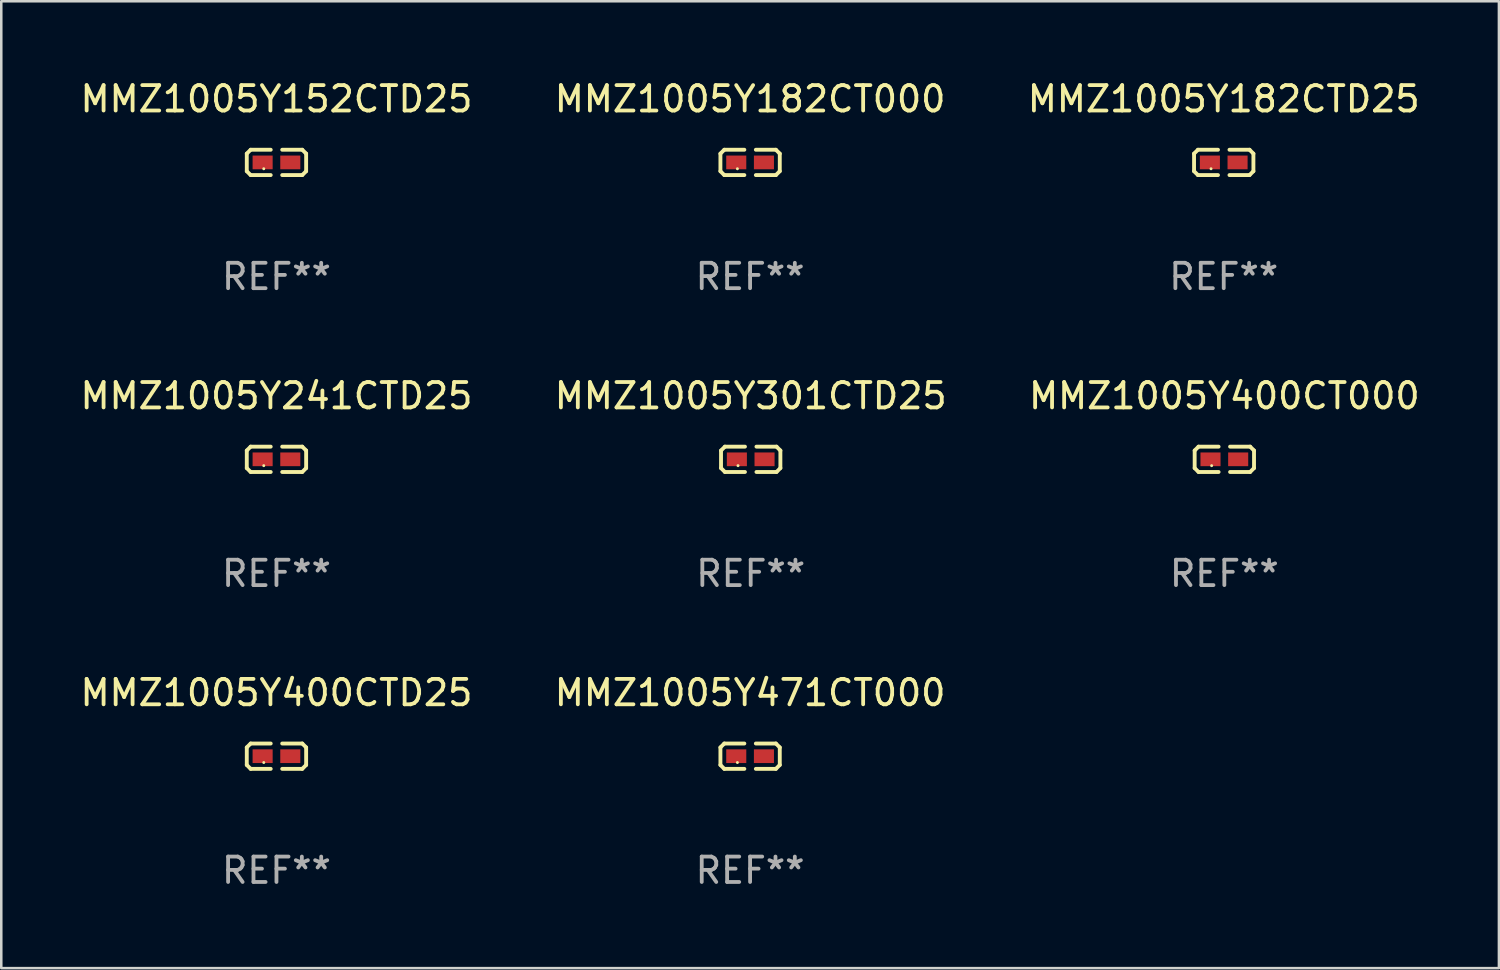
<source format=kicad_pcb>
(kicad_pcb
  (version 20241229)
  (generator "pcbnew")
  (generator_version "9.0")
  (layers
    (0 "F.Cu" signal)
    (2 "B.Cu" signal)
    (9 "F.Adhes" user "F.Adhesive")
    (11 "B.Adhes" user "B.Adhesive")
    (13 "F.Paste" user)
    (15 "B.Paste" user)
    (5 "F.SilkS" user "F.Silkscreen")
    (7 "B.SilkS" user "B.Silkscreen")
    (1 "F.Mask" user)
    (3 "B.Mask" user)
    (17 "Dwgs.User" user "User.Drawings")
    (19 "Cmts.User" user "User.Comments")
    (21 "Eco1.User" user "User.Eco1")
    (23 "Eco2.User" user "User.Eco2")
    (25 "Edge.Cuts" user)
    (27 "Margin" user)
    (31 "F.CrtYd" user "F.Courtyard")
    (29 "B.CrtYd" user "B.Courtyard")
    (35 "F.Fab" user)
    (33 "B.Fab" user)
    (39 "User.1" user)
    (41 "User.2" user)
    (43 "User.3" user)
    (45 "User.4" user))
  (footprint "MMZ1005Y301CTD25"
    (layer "F.Cu")
    (at 26.518 15.041)
    (property "Reference" "MMZ1005Y301CTD25" (at 0 -2.499 0) (layer "F.SilkS") (effects (font (size 1 1) (thickness 0.15))))
    (attr through_hole)
    (fp_line (start -1.169 -0.346) (end -1.016 -0.499) (stroke (width 0.152) (type solid)) (layer "F.SilkS"))
    (fp_line (start -1.169 0.346) (end -1.169 -0.346) (stroke (width 0.152) (type solid)) (layer "F.SilkS"))
    (fp_line (start -1.016 -0.499) (end -0.226 -0.499) (stroke (width 0.152) (type solid)) (layer "F.SilkS"))
    (fp_line (start -1.016 0.499) (end -1.169 0.346) (stroke (width 0.152) (type solid)) (layer "F.SilkS"))
    (fp_line (start -0.226 0.499) (end -1.016 0.499) (stroke (width 0.152) (type solid)) (layer "F.SilkS"))
    (fp_line (start 0.226 0.499) (end 1.016 0.499) (stroke (width 0.152) (type solid)) (layer "F.SilkS"))
    (fp_line (start 1.016 -0.499) (end 0.226 -0.499) (stroke (width 0.152) (type solid)) (layer "F.SilkS"))
    (fp_line (start 1.016 0.499) (end 1.169 0.346) (stroke (width 0.152) (type solid)) (layer "F.SilkS"))
    (fp_line (start 1.169 -0.346) (end 1.016 -0.499) (stroke (width 0.152) (type solid)) (layer "F.SilkS"))
    (fp_line (start 1.169 0.346) (end 1.169 -0.346) (stroke (width 0.152) (type solid)) (layer "F.SilkS"))
    (fp_circle (center -0.5 0.25) (end -0.47 0.25) (stroke (width 0.06) (type solid)) (fill no) (layer "F.SilkS"))
    (fp_text user "REF**" (at 0 4.499 0) (layer "F.Fab") (effects (font (size 1 1) (thickness 0.15))))
    (pad "1" smd rect (at -0.545 0) (size 0.79 0.54) (layers "F.Cu" "F.Mask" "F.Paste"))
    (pad "2" smd rect (at 0.545 0) (size 0.79 0.54) (layers "F.Cu" "F.Mask" "F.Paste")))
  (footprint "MMZ1005Y182CTD25"
    (layer "F.Cu")
    (at 45.149 3.347)
    (property "Reference" "MMZ1005Y182CTD25" (at 0 -2.499 0) (layer "F.SilkS") (effects (font (size 1 1) (thickness 0.15))))
    (attr through_hole)
    (fp_line (start -1.169 -0.346) (end -1.016 -0.499) (stroke (width 0.152) (type solid)) (layer "F.SilkS"))
    (fp_line (start -1.169 0.346) (end -1.169 -0.346) (stroke (width 0.152) (type solid)) (layer "F.SilkS"))
    (fp_line (start -1.016 -0.499) (end -0.226 -0.499) (stroke (width 0.152) (type solid)) (layer "F.SilkS"))
    (fp_line (start -1.016 0.499) (end -1.169 0.346) (stroke (width 0.152) (type solid)) (layer "F.SilkS"))
    (fp_line (start -0.226 0.499) (end -1.016 0.499) (stroke (width 0.152) (type solid)) (layer "F.SilkS"))
    (fp_line (start 0.226 0.499) (end 1.016 0.499) (stroke (width 0.152) (type solid)) (layer "F.SilkS"))
    (fp_line (start 1.016 -0.499) (end 0.226 -0.499) (stroke (width 0.152) (type solid)) (layer "F.SilkS"))
    (fp_line (start 1.016 0.499) (end 1.169 0.346) (stroke (width 0.152) (type solid)) (layer "F.SilkS"))
    (fp_line (start 1.169 -0.346) (end 1.016 -0.499) (stroke (width 0.152) (type solid)) (layer "F.SilkS"))
    (fp_line (start 1.169 0.346) (end 1.169 -0.346) (stroke (width 0.152) (type solid)) (layer "F.SilkS"))
    (fp_circle (center -0.5 0.25) (end -0.47 0.25) (stroke (width 0.06) (type solid)) (fill no) (layer "F.SilkS"))
    (fp_text user "REF**" (at 0 4.499 0) (layer "F.Fab") (effects (font (size 1 1) (thickness 0.15))))
    (pad "1" smd rect (at -0.545 0) (size 0.79 0.54) (layers "F.Cu" "F.Mask" "F.Paste"))
    (pad "2" smd rect (at 0.545 0) (size 0.79 0.54) (layers "F.Cu" "F.Mask" "F.Paste")))
  (footprint "MMZ1005Y152CTD25"
    (layer "F.Cu")
    (at 7.839 3.347)
    (property "Reference" "MMZ1005Y152CTD25" (at 0 -2.499 0) (layer "F.SilkS") (effects (font (size 1 1) (thickness 0.15))))
    (attr through_hole)
    (fp_line (start -1.169 -0.346) (end -1.016 -0.499) (stroke (width 0.152) (type solid)) (layer "F.SilkS"))
    (fp_line (start -1.169 0.346) (end -1.169 -0.346) (stroke (width 0.152) (type solid)) (layer "F.SilkS"))
    (fp_line (start -1.016 -0.499) (end -0.226 -0.499) (stroke (width 0.152) (type solid)) (layer "F.SilkS"))
    (fp_line (start -1.016 0.499) (end -1.169 0.346) (stroke (width 0.152) (type solid)) (layer "F.SilkS"))
    (fp_line (start -0.226 0.499) (end -1.016 0.499) (stroke (width 0.152) (type solid)) (layer "F.SilkS"))
    (fp_line (start 0.226 0.499) (end 1.016 0.499) (stroke (width 0.152) (type solid)) (layer "F.SilkS"))
    (fp_line (start 1.016 -0.499) (end 0.226 -0.499) (stroke (width 0.152) (type solid)) (layer "F.SilkS"))
    (fp_line (start 1.016 0.499) (end 1.169 0.346) (stroke (width 0.152) (type solid)) (layer "F.SilkS"))
    (fp_line (start 1.169 -0.346) (end 1.016 -0.499) (stroke (width 0.152) (type solid)) (layer "F.SilkS"))
    (fp_line (start 1.169 0.346) (end 1.169 -0.346) (stroke (width 0.152) (type solid)) (layer "F.SilkS"))
    (fp_circle (center -0.5 0.25) (end -0.47 0.25) (stroke (width 0.06) (type solid)) (fill no) (layer "F.SilkS"))
    (fp_text user "REF**" (at 0 4.499 0) (layer "F.Fab") (effects (font (size 1 1) (thickness 0.15))))
    (pad "1" smd rect (at -0.545 0) (size 0.79 0.54) (layers "F.Cu" "F.Mask" "F.Paste"))
    (pad "2" smd rect (at 0.545 0) (size 0.79 0.54) (layers "F.Cu" "F.Mask" "F.Paste")))
  (footprint "MMZ1005Y182CT000"
    (layer "F.Cu")
    (at 26.494 3.347)
    (property "Reference" "MMZ1005Y182CT000" (at 0 -2.499 0) (layer "F.SilkS") (effects (font (size 1 1) (thickness 0.15))))
    (attr through_hole)
    (fp_line (start -1.169 -0.346) (end -1.016 -0.499) (stroke (width 0.152) (type solid)) (layer "F.SilkS"))
    (fp_line (start -1.169 0.346) (end -1.169 -0.346) (stroke (width 0.152) (type solid)) (layer "F.SilkS"))
    (fp_line (start -1.016 -0.499) (end -0.226 -0.499) (stroke (width 0.152) (type solid)) (layer "F.SilkS"))
    (fp_line (start -1.016 0.499) (end -1.169 0.346) (stroke (width 0.152) (type solid)) (layer "F.SilkS"))
    (fp_line (start -0.226 0.499) (end -1.016 0.499) (stroke (width 0.152) (type solid)) (layer "F.SilkS"))
    (fp_line (start 0.226 0.499) (end 1.016 0.499) (stroke (width 0.152) (type solid)) (layer "F.SilkS"))
    (fp_line (start 1.016 -0.499) (end 0.226 -0.499) (stroke (width 0.152) (type solid)) (layer "F.SilkS"))
    (fp_line (start 1.016 0.499) (end 1.169 0.346) (stroke (width 0.152) (type solid)) (layer "F.SilkS"))
    (fp_line (start 1.169 -0.346) (end 1.016 -0.499) (stroke (width 0.152) (type solid)) (layer "F.SilkS"))
    (fp_line (start 1.169 0.346) (end 1.169 -0.346) (stroke (width 0.152) (type solid)) (layer "F.SilkS"))
    (fp_circle (center -0.5 0.25) (end -0.47 0.25) (stroke (width 0.06) (type solid)) (fill no) (layer "F.SilkS"))
    (fp_text user "REF**" (at 0 4.499 0) (layer "F.Fab") (effects (font (size 1 1) (thickness 0.15))))
    (pad "1" smd rect (at -0.545 0) (size 0.79 0.54) (layers "F.Cu" "F.Mask" "F.Paste"))
    (pad "2" smd rect (at 0.545 0) (size 0.79 0.54) (layers "F.Cu" "F.Mask" "F.Paste")))
  (footprint "MMZ1005Y400CT000"
    (layer "F.Cu")
    (at 45.173 15.041)
    (property "Reference" "MMZ1005Y400CT000" (at 0 -2.499 0) (layer "F.SilkS") (effects (font (size 1 1) (thickness 0.15))))
    (attr through_hole)
    (fp_line (start -1.169 -0.346) (end -1.016 -0.499) (stroke (width 0.152) (type solid)) (layer "F.SilkS"))
    (fp_line (start -1.169 0.346) (end -1.169 -0.346) (stroke (width 0.152) (type solid)) (layer "F.SilkS"))
    (fp_line (start -1.016 -0.499) (end -0.226 -0.499) (stroke (width 0.152) (type solid)) (layer "F.SilkS"))
    (fp_line (start -1.016 0.499) (end -1.169 0.346) (stroke (width 0.152) (type solid)) (layer "F.SilkS"))
    (fp_line (start -0.226 0.499) (end -1.016 0.499) (stroke (width 0.152) (type solid)) (layer "F.SilkS"))
    (fp_line (start 0.226 0.499) (end 1.016 0.499) (stroke (width 0.152) (type solid)) (layer "F.SilkS"))
    (fp_line (start 1.016 -0.499) (end 0.226 -0.499) (stroke (width 0.152) (type solid)) (layer "F.SilkS"))
    (fp_line (start 1.016 0.499) (end 1.169 0.346) (stroke (width 0.152) (type solid)) (layer "F.SilkS"))
    (fp_line (start 1.169 -0.346) (end 1.016 -0.499) (stroke (width 0.152) (type solid)) (layer "F.SilkS"))
    (fp_line (start 1.169 0.346) (end 1.169 -0.346) (stroke (width 0.152) (type solid)) (layer "F.SilkS"))
    (fp_circle (center -0.5 0.25) (end -0.47 0.25) (stroke (width 0.06) (type solid)) (fill no) (layer "F.SilkS"))
    (fp_text user "REF**" (at 0 4.499 0) (layer "F.Fab") (effects (font (size 1 1) (thickness 0.15))))
    (pad "1" smd rect (at -0.545 0) (size 0.79 0.54) (layers "F.Cu" "F.Mask" "F.Paste"))
    (pad "2" smd rect (at 0.545 0) (size 0.79 0.54) (layers "F.Cu" "F.Mask" "F.Paste")))
  (footprint "MMZ1005Y241CTD25"
    (layer "F.Cu")
    (at 7.839 15.041)
    (property "Reference" "MMZ1005Y241CTD25" (at 0 -2.499 0) (layer "F.SilkS") (effects (font (size 1 1) (thickness 0.15))))
    (attr through_hole)
    (fp_line (start -1.169 -0.346) (end -1.016 -0.499) (stroke (width 0.152) (type solid)) (layer "F.SilkS"))
    (fp_line (start -1.169 0.346) (end -1.169 -0.346) (stroke (width 0.152) (type solid)) (layer "F.SilkS"))
    (fp_line (start -1.016 -0.499) (end -0.226 -0.499) (stroke (width 0.152) (type solid)) (layer "F.SilkS"))
    (fp_line (start -1.016 0.499) (end -1.169 0.346) (stroke (width 0.152) (type solid)) (layer "F.SilkS"))
    (fp_line (start -0.226 0.499) (end -1.016 0.499) (stroke (width 0.152) (type solid)) (layer "F.SilkS"))
    (fp_line (start 0.226 0.499) (end 1.016 0.499) (stroke (width 0.152) (type solid)) (layer "F.SilkS"))
    (fp_line (start 1.016 -0.499) (end 0.226 -0.499) (stroke (width 0.152) (type solid)) (layer "F.SilkS"))
    (fp_line (start 1.016 0.499) (end 1.169 0.346) (stroke (width 0.152) (type solid)) (layer "F.SilkS"))
    (fp_line (start 1.169 -0.346) (end 1.016 -0.499) (stroke (width 0.152) (type solid)) (layer "F.SilkS"))
    (fp_line (start 1.169 0.346) (end 1.169 -0.346) (stroke (width 0.152) (type solid)) (layer "F.SilkS"))
    (fp_circle (center -0.5 0.25) (end -0.47 0.25) (stroke (width 0.06) (type solid)) (fill no) (layer "F.SilkS"))
    (fp_text user "REF**" (at 0 4.499 0) (layer "F.Fab") (effects (font (size 1 1) (thickness 0.15))))
    (pad "1" smd rect (at -0.545 0) (size 0.79 0.54) (layers "F.Cu" "F.Mask" "F.Paste"))
    (pad "2" smd rect (at 0.545 0) (size 0.79 0.54) (layers "F.Cu" "F.Mask" "F.Paste")))
  (footprint "MMZ1005Y400CTD25"
    (layer "F.Cu")
    (at 7.839 26.734)
    (property "Reference" "MMZ1005Y400CTD25" (at 0 -2.499 0) (layer "F.SilkS") (effects (font (size 1 1) (thickness 0.15))))
    (attr through_hole)
    (fp_line (start -1.169 -0.346) (end -1.016 -0.499) (stroke (width 0.152) (type solid)) (layer "F.SilkS"))
    (fp_line (start -1.169 0.346) (end -1.169 -0.346) (stroke (width 0.152) (type solid)) (layer "F.SilkS"))
    (fp_line (start -1.016 -0.499) (end -0.226 -0.499) (stroke (width 0.152) (type solid)) (layer "F.SilkS"))
    (fp_line (start -1.016 0.499) (end -1.169 0.346) (stroke (width 0.152) (type solid)) (layer "F.SilkS"))
    (fp_line (start -0.226 0.499) (end -1.016 0.499) (stroke (width 0.152) (type solid)) (layer "F.SilkS"))
    (fp_line (start 0.226 0.499) (end 1.016 0.499) (stroke (width 0.152) (type solid)) (layer "F.SilkS"))
    (fp_line (start 1.016 -0.499) (end 0.226 -0.499) (stroke (width 0.152) (type solid)) (layer "F.SilkS"))
    (fp_line (start 1.016 0.499) (end 1.169 0.346) (stroke (width 0.152) (type solid)) (layer "F.SilkS"))
    (fp_line (start 1.169 -0.346) (end 1.016 -0.499) (stroke (width 0.152) (type solid)) (layer "F.SilkS"))
    (fp_line (start 1.169 0.346) (end 1.169 -0.346) (stroke (width 0.152) (type solid)) (layer "F.SilkS"))
    (fp_circle (center -0.5 0.25) (end -0.47 0.25) (stroke (width 0.06) (type solid)) (fill no) (layer "F.SilkS"))
    (fp_text user "REF**" (at 0 4.499 0) (layer "F.Fab") (effects (font (size 1 1) (thickness 0.15))))
    (pad "1" smd rect (at -0.545 0) (size 0.79 0.54) (layers "F.Cu" "F.Mask" "F.Paste"))
    (pad "2" smd rect (at 0.545 0) (size 0.79 0.54) (layers "F.Cu" "F.Mask" "F.Paste")))
  (footprint "MMZ1005Y471CT000"
    (layer "F.Cu")
    (at 26.494 26.734)
    (property "Reference" "MMZ1005Y471CT000" (at 0 -2.499 0) (layer "F.SilkS") (effects (font (size 1 1) (thickness 0.15))))
    (attr through_hole)
    (fp_line (start -1.169 -0.346) (end -1.016 -0.499) (stroke (width 0.152) (type solid)) (layer "F.SilkS"))
    (fp_line (start -1.169 0.346) (end -1.169 -0.346) (stroke (width 0.152) (type solid)) (layer "F.SilkS"))
    (fp_line (start -1.016 -0.499) (end -0.226 -0.499) (stroke (width 0.152) (type solid)) (layer "F.SilkS"))
    (fp_line (start -1.016 0.499) (end -1.169 0.346) (stroke (width 0.152) (type solid)) (layer "F.SilkS"))
    (fp_line (start -0.226 0.499) (end -1.016 0.499) (stroke (width 0.152) (type solid)) (layer "F.SilkS"))
    (fp_line (start 0.226 0.499) (end 1.016 0.499) (stroke (width 0.152) (type solid)) (layer "F.SilkS"))
    (fp_line (start 1.016 -0.499) (end 0.226 -0.499) (stroke (width 0.152) (type solid)) (layer "F.SilkS"))
    (fp_line (start 1.016 0.499) (end 1.169 0.346) (stroke (width 0.152) (type solid)) (layer "F.SilkS"))
    (fp_line (start 1.169 -0.346) (end 1.016 -0.499) (stroke (width 0.152) (type solid)) (layer "F.SilkS"))
    (fp_line (start 1.169 0.346) (end 1.169 -0.346) (stroke (width 0.152) (type solid)) (layer "F.SilkS"))
    (fp_circle (center -0.5 0.25) (end -0.47 0.25) (stroke (width 0.06) (type solid)) (fill no) (layer "F.SilkS"))
    (fp_text user "REF**" (at 0 4.499 0) (layer "F.Fab") (effects (font (size 1 1) (thickness 0.15))))
    (pad "1" smd rect (at -0.545 0) (size 0.79 0.54) (layers "F.Cu" "F.Mask" "F.Paste"))
    (pad "2" smd rect (at 0.545 0) (size 0.79 0.54) (layers "F.Cu" "F.Mask" "F.Paste")))
  (gr_rect
    (start -3 -3)
    (end 55.988 35.081)
    (stroke (width 0.1) (type default))
    (fill no)
    (layer "Edge.Cuts")))
</source>
